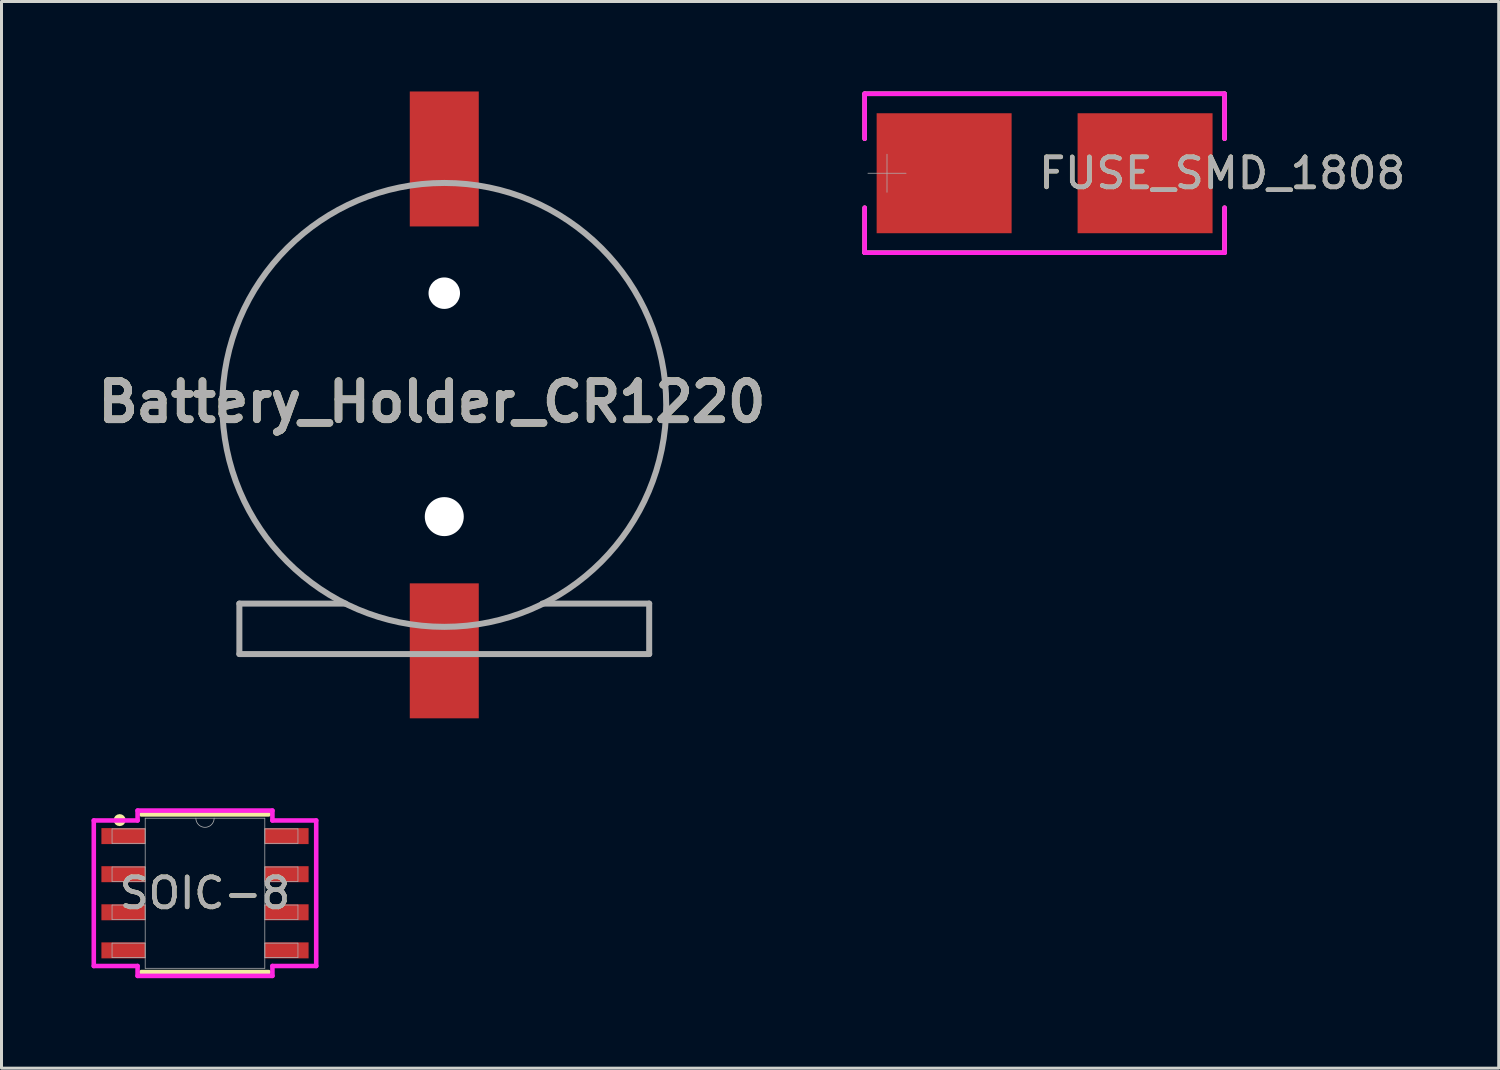
<source format=kicad_pcb>
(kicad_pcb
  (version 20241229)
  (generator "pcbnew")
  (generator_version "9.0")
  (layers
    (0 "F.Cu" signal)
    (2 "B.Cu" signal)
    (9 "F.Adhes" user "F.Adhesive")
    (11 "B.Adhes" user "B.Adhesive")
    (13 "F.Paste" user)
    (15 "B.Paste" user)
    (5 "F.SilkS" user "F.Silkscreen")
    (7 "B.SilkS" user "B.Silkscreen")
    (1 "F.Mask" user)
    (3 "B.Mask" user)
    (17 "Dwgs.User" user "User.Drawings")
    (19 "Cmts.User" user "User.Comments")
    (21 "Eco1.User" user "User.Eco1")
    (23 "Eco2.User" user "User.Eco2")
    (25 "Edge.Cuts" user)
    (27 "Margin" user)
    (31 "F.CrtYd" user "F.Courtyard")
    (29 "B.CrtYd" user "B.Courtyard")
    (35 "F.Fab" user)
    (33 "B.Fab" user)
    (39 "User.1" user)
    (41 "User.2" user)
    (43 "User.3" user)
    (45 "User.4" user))
  (footprint "Battery_Holder_CR1220"
    (layer "F.Cu")
    (at 11.763 10.45)
    (property "Reference" "Battery_Holder_CR1220" (at -0.412 -0.096 0) (layer "F.SilkS") (effects (font (size 1.27 1.27) (thickness 0.254))))
    (attr through_hole)
    (fp_line (start -6.832 6.625) (end -3.27 6.625) (stroke (width 0.1) (type solid)) (layer "F.SilkS"))
    (fp_line (start -6.832 8.307) (end -6.832 6.625) (stroke (width 0.1) (type solid)) (layer "F.SilkS"))
    (fp_line (start -6.832 8.307) (end -1.553 8.307) (stroke (width 0.1) (type solid)) (layer "F.SilkS"))
    (fp_line (start 6.832 6.625) (end 3.296 6.625) (stroke (width 0.1) (type solid)) (layer "F.SilkS"))
    (fp_line (start 6.832 8.307) (end 1.49 8.307) (stroke (width 0.1) (type solid)) (layer "F.SilkS"))
    (fp_line (start 6.832 8.307) (end 6.832 6.625) (stroke (width 0.1) (type solid)) (layer "F.SilkS"))
    (fp_arc (start -3.295295 6.625783) (mid -7.399998 0.000879) (end -3.29687 -6.625) (stroke (width 0.1) (type solid)) (layer "F.SilkS"))
    (fp_arc (start 3.295287 -6.625787) (mid 7.399995 -0.000884) (end 3.29687 6.625) (stroke (width 0.1) (type solid)) (layer "F.SilkS"))
    (fp_line (start -6.832 6.625) (end -6.832 8.307) (stroke (width 0.2) (type solid)) (layer "F.Fab"))
    (fp_line (start -6.832 8.307) (end 6.832 8.307) (stroke (width 0.2) (type solid)) (layer "F.Fab"))
    (fp_line (start -3.297 6.625) (end -6.832 6.625) (stroke (width 0.2) (type solid)) (layer "F.Fab"))
    (fp_line (start 6.832 6.625) (end 3.27 6.625) (stroke (width 0.2) (type solid)) (layer "F.Fab"))
    (fp_line (start 6.832 8.307) (end 6.832 6.625) (stroke (width 0.2) (type solid)) (layer "F.Fab"))
    (fp_circle (center 0 0) (end 0 7.4) (stroke (width 0.2) (type solid)) (fill no) (layer "F.Fab"))
    (fp_text user "${REFERENCE}" (at -0.412 -0.096 0) (layer "F.Fab") (effects (font (size 1.27 1.27) (thickness 0.254))))
    (pad "" np_thru_hole circle (at 0 -3.725) (size 1.05 1.05) (drill 1.05) (layers "*.Cu" "*.Mask"))
    (pad "" np_thru_hole circle (at 0 3.725) (size 1.3 1.3) (drill 1.3) (layers "*.Cu" "*.Mask"))
    (pad "1" smd rect (at 0 8.2) (size 2.3 4.5) (layers "F.Cu" "F.Mask" "F.Paste"))
    (pad "2" smd rect (at 0 -8.2) (size 2.3 4.5) (layers "F.Cu" "F.Mask" "F.Paste")))
  (footprint "SOIC-8"
    (layer "F.Cu")
    (at 3.785 26.732)
    (property "Reference" "SOIC-8" (at 0 0 0) (unlocked yes) (layer "F.SilkS") (effects (font (size 1 1) (thickness 0.15))))
    (attr smd)
    (fp_line (start -2.121 2.629) (end 2.121 2.629) (stroke (width 0.152) (type solid)) (layer "F.SilkS"))
    (fp_line (start 2.121 -2.629) (end -2.121 -2.629) (stroke (width 0.152) (type solid)) (layer "F.SilkS"))
    (fp_circle (center -2.845 -2.438) (end -2.745 -2.438) (stroke (width 0.2) (type solid)) (fill no) (layer "F.SilkS"))
    (fp_line (start -3.708 -2.426) (end -2.248 -2.426) (stroke (width 0.152) (type solid)) (layer "F.CrtYd"))
    (fp_line (start -3.708 2.426) (end -3.708 -2.426) (stroke (width 0.152) (type solid)) (layer "F.CrtYd"))
    (fp_line (start -3.708 2.426) (end -2.248 2.426) (stroke (width 0.152) (type solid)) (layer "F.CrtYd"))
    (fp_line (start -2.248 -2.756) (end 2.248 -2.756) (stroke (width 0.152) (type solid)) (layer "F.CrtYd"))
    (fp_line (start -2.248 -2.426) (end -2.248 -2.756) (stroke (width 0.152) (type solid)) (layer "F.CrtYd"))
    (fp_line (start -2.248 2.756) (end -2.248 2.426) (stroke (width 0.152) (type solid)) (layer "F.CrtYd"))
    (fp_line (start 2.248 -2.756) (end 2.248 -2.426) (stroke (width 0.152) (type solid)) (layer "F.CrtYd"))
    (fp_line (start 2.248 2.426) (end 2.248 2.756) (stroke (width 0.152) (type solid)) (layer "F.CrtYd"))
    (fp_line (start 2.248 2.756) (end -2.248 2.756) (stroke (width 0.152) (type solid)) (layer "F.CrtYd"))
    (fp_line (start 3.708 -2.426) (end 2.248 -2.426) (stroke (width 0.152) (type solid)) (layer "F.CrtYd"))
    (fp_line (start 3.708 -2.426) (end 3.708 2.426) (stroke (width 0.152) (type solid)) (layer "F.CrtYd"))
    (fp_line (start 3.708 2.426) (end 2.248 2.426) (stroke (width 0.152) (type solid)) (layer "F.CrtYd"))
    (fp_line (start -3.099 -2.146) (end -3.099 -1.664) (stroke (width 0.025) (type solid)) (layer "F.Fab"))
    (fp_line (start -3.099 -1.664) (end -1.994 -1.664) (stroke (width 0.025) (type solid)) (layer "F.Fab"))
    (fp_line (start -3.099 -0.876) (end -3.099 -0.394) (stroke (width 0.025) (type solid)) (layer "F.Fab"))
    (fp_line (start -3.099 -0.394) (end -1.994 -0.394) (stroke (width 0.025) (type solid)) (layer "F.Fab"))
    (fp_line (start -3.099 0.394) (end -3.099 0.876) (stroke (width 0.025) (type solid)) (layer "F.Fab"))
    (fp_line (start -3.099 0.876) (end -1.994 0.876) (stroke (width 0.025) (type solid)) (layer "F.Fab"))
    (fp_line (start -3.099 1.664) (end -3.099 2.146) (stroke (width 0.025) (type solid)) (layer "F.Fab"))
    (fp_line (start -3.099 2.146) (end -1.994 2.146) (stroke (width 0.025) (type solid)) (layer "F.Fab"))
    (fp_line (start -1.994 -2.502) (end -1.994 2.502) (stroke (width 0.025) (type solid)) (layer "F.Fab"))
    (fp_line (start -1.994 -2.146) (end -3.099 -2.146) (stroke (width 0.025) (type solid)) (layer "F.Fab"))
    (fp_line (start -1.994 -1.664) (end -1.994 -2.146) (stroke (width 0.025) (type solid)) (layer "F.Fab"))
    (fp_line (start -1.994 -0.876) (end -3.099 -0.876) (stroke (width 0.025) (type solid)) (layer "F.Fab"))
    (fp_line (start -1.994 -0.394) (end -1.994 -0.876) (stroke (width 0.025) (type solid)) (layer "F.Fab"))
    (fp_line (start -1.994 0.394) (end -3.099 0.394) (stroke (width 0.025) (type solid)) (layer "F.Fab"))
    (fp_line (start -1.994 0.876) (end -1.994 0.394) (stroke (width 0.025) (type solid)) (layer "F.Fab"))
    (fp_line (start -1.994 1.664) (end -3.099 1.664) (stroke (width 0.025) (type solid)) (layer "F.Fab"))
    (fp_line (start -1.994 2.146) (end -1.994 1.664) (stroke (width 0.025) (type solid)) (layer "F.Fab"))
    (fp_line (start -1.994 2.502) (end 1.994 2.502) (stroke (width 0.025) (type solid)) (layer "F.Fab"))
    (fp_line (start 1.994 -2.502) (end -1.994 -2.502) (stroke (width 0.025) (type solid)) (layer "F.Fab"))
    (fp_line (start 1.994 -2.146) (end 1.994 -1.664) (stroke (width 0.025) (type solid)) (layer "F.Fab"))
    (fp_line (start 1.994 -1.664) (end 3.099 -1.664) (stroke (width 0.025) (type solid)) (layer "F.Fab"))
    (fp_line (start 1.994 -0.876) (end 1.994 -0.394) (stroke (width 0.025) (type solid)) (layer "F.Fab"))
    (fp_line (start 1.994 -0.394) (end 3.099 -0.394) (stroke (width 0.025) (type solid)) (layer "F.Fab"))
    (fp_line (start 1.994 0.394) (end 1.994 0.876) (stroke (width 0.025) (type solid)) (layer "F.Fab"))
    (fp_line (start 1.994 0.876) (end 3.099 0.876) (stroke (width 0.025) (type solid)) (layer "F.Fab"))
    (fp_line (start 1.994 1.664) (end 1.994 2.146) (stroke (width 0.025) (type solid)) (layer "F.Fab"))
    (fp_line (start 1.994 2.146) (end 3.099 2.146) (stroke (width 0.025) (type solid)) (layer "F.Fab"))
    (fp_line (start 1.994 2.502) (end 1.994 -2.502) (stroke (width 0.025) (type solid)) (layer "F.Fab"))
    (fp_line (start 3.099 -2.146) (end 1.994 -2.146) (stroke (width 0.025) (type solid)) (layer "F.Fab"))
    (fp_line (start 3.099 -1.664) (end 3.099 -2.146) (stroke (width 0.025) (type solid)) (layer "F.Fab"))
    (fp_line (start 3.099 -0.876) (end 1.994 -0.876) (stroke (width 0.025) (type solid)) (layer "F.Fab"))
    (fp_line (start 3.099 -0.394) (end 3.099 -0.876) (stroke (width 0.025) (type solid)) (layer "F.Fab"))
    (fp_line (start 3.099 0.394) (end 1.994 0.394) (stroke (width 0.025) (type solid)) (layer "F.Fab"))
    (fp_line (start 3.099 0.876) (end 3.099 0.394) (stroke (width 0.025) (type solid)) (layer "F.Fab"))
    (fp_line (start 3.099 1.664) (end 1.994 1.664) (stroke (width 0.025) (type solid)) (layer "F.Fab"))
    (fp_line (start 3.099 2.146) (end 3.099 1.664) (stroke (width 0.025) (type solid)) (layer "F.Fab"))
    (fp_arc (start 0.3048 -2.5019) (mid 0 -2.1971) (end -0.3048 -2.5019) (stroke (width 0.0254) (type solid)) (layer "F.Fab"))
    (fp_text user "${REFERENCE}" (at 0 0 0) (unlocked yes) (layer "F.Fab") (effects (font (size 1 1) (thickness 0.15))))
    (pad "1" smd rect (at -2.724 -1.905) (size 1.46 0.533) (layers "F.Cu" "F.Mask" "F.Paste"))
    (pad "2" smd rect (at -2.724 -0.635) (size 1.46 0.533) (layers "F.Cu" "F.Mask" "F.Paste"))
    (pad "3" smd rect (at -2.724 0.635) (size 1.46 0.533) (layers "F.Cu" "F.Mask" "F.Paste"))
    (pad "4" smd rect (at -2.724 1.905) (size 1.46 0.533) (layers "F.Cu" "F.Mask" "F.Paste"))
    (pad "5" smd rect (at 2.724 1.905) (size 1.46 0.533) (layers "F.Cu" "F.Mask" "F.Paste"))
    (pad "6" smd rect (at 2.724 0.635) (size 1.46 0.533) (layers "F.Cu" "F.Mask" "F.Paste"))
    (pad "7" smd rect (at 2.724 -0.635) (size 1.46 0.533) (layers "F.Cu" "F.Mask" "F.Paste"))
    (pad "8" smd rect (at 2.724 -1.905) (size 1.46 0.533) (layers "F.Cu" "F.Mask" "F.Paste")))
  (footprint "FUSE_SMD_1808"
    (layer "F.Cu")
    (at 28.429 2.726)
    (property "Reference" "FUSE_SMD_1808" (at 9.271 0 0) (unlocked yes) (layer "F.SilkS") (effects (font (size 1 1) (thickness 0.15))))
    (attr smd)
    (fp_line (start -2.65 -2.65) (end -2.65 -1.15) (stroke (width 0.152) (type solid)) (layer "F.SilkS"))
    (fp_line (start -2.65 1.15) (end -2.65 2.65) (stroke (width 0.152) (type solid)) (layer "F.SilkS"))
    (fp_line (start 9.35 -2.65) (end -2.65 -2.65) (stroke (width 0.152) (type solid)) (layer "F.SilkS"))
    (fp_line (start 9.35 -2.65) (end 9.35 -1.15) (stroke (width 0.152) (type solid)) (layer "F.SilkS"))
    (fp_line (start 9.35 1.15) (end 9.35 2.65) (stroke (width 0.152) (type solid)) (layer "F.SilkS"))
    (fp_line (start 9.35 2.65) (end -2.65 2.65) (stroke (width 0.152) (type solid)) (layer "F.SilkS"))
    (fp_line (start -2.65 -2.65) (end -2.65 -1.15) (stroke (width 0.152) (type solid)) (layer "F.CrtYd"))
    (fp_line (start -2.65 1.15) (end -2.65 2.65) (stroke (width 0.152) (type solid)) (layer "F.CrtYd"))
    (fp_line (start 9.35 -2.65) (end -2.65 -2.65) (stroke (width 0.152) (type solid)) (layer "F.CrtYd"))
    (fp_line (start 9.35 -2.65) (end 9.35 -1.15) (stroke (width 0.152) (type solid)) (layer "F.CrtYd"))
    (fp_line (start 9.35 1.15) (end 9.35 2.65) (stroke (width 0.152) (type solid)) (layer "F.CrtYd"))
    (fp_line (start 9.35 2.65) (end -2.65 2.65) (stroke (width 0.152) (type solid)) (layer "F.CrtYd"))
    (fp_line (start -2.54 0) (end -1.27 0) (stroke (width 0.025) (type solid)) (layer "F.Fab"))
    (fp_line (start -1.905 -0.635) (end -1.905 0.635) (stroke (width 0.025) (type solid)) (layer "F.Fab"))
    (fp_text user "${REFERENCE}" (at 9.271 0 0) (unlocked yes) (layer "F.Fab") (effects (font (size 1 1) (thickness 0.15))))
    (pad "1" smd rect (at 0 0) (size 4.5 4) (layers "F.Cu" "F.Mask" "F.Paste"))
    (pad "2" smd rect (at 6.7 0) (size 4.5 4) (layers "F.Cu" "F.Mask" "F.Paste")))
  (gr_rect
    (start -3 -3)
    (end 46.92 32.564)
    (stroke (width 0.1) (type default))
    (fill no)
    (layer "Edge.Cuts")))
</source>
